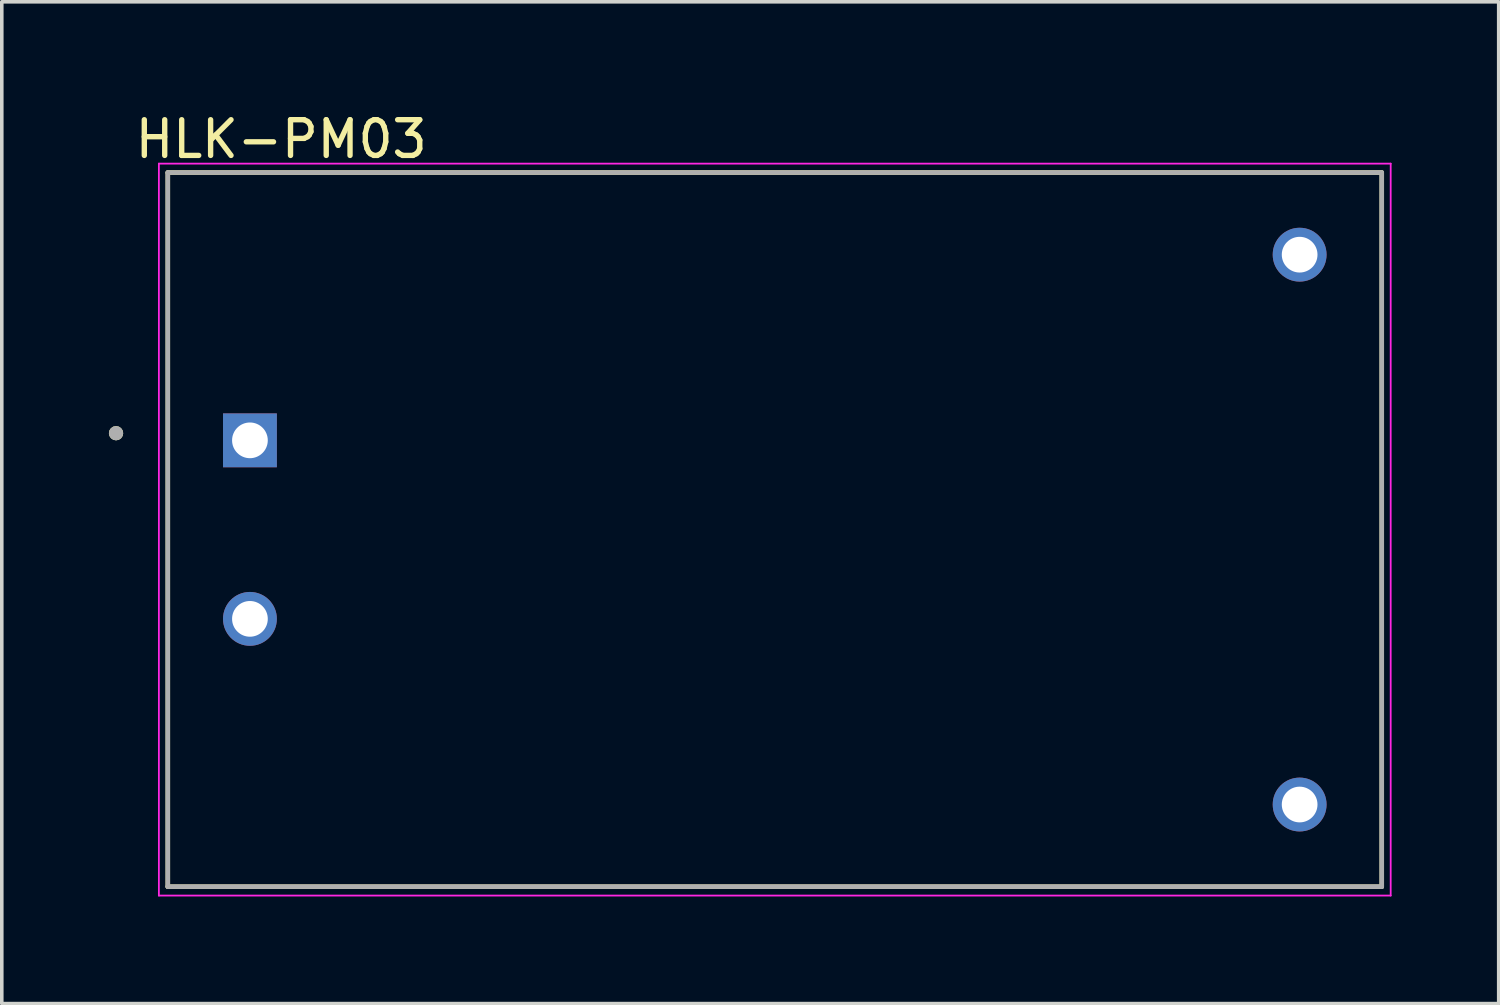
<source format=kicad_pcb>
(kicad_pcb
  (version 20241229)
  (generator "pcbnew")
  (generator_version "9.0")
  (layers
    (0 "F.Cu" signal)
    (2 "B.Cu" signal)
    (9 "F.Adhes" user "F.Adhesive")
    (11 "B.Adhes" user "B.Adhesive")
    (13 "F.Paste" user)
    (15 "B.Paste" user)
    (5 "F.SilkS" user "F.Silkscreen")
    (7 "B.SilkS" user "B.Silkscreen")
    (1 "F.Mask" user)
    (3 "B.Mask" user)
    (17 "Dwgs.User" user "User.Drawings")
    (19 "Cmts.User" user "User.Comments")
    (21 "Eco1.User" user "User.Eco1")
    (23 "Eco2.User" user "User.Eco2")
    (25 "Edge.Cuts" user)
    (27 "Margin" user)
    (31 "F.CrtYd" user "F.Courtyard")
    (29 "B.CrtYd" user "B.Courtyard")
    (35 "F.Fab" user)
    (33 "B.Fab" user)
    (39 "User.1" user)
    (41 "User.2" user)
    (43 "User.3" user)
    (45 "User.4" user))
  (footprint "HLK-PM03"
    (layer "F.Cu")
    (at 18.65 11.783)
    (property "Reference" "HLK-PM03" (at -13.825 -10.935 0) (layer "F.SilkS") (effects (font (size 1 1) (thickness 0.15))))
    (attr through_hole)
    (fp_line (start -17 -10) (end -17 10) (stroke (width 0.127) (type solid)) (layer "F.SilkS"))
    (fp_line (start -17 10) (end 17 10) (stroke (width 0.127) (type solid)) (layer "F.SilkS"))
    (fp_line (start 17 -10) (end -17 -10) (stroke (width 0.127) (type solid)) (layer "F.SilkS"))
    (fp_line (start 17 10) (end 17 -10) (stroke (width 0.127) (type solid)) (layer "F.SilkS"))
    (fp_circle (center -18.45 -2.7) (end -18.35 -2.7) (stroke (width 0.2) (type solid)) (fill no) (layer "F.SilkS"))
    (fp_line (start -17.25 -10.25) (end -17.25 10.25) (stroke (width 0.05) (type solid)) (layer "F.CrtYd"))
    (fp_line (start -17.25 10.25) (end 17.25 10.25) (stroke (width 0.05) (type solid)) (layer "F.CrtYd"))
    (fp_line (start 17.25 -10.25) (end -17.25 -10.25) (stroke (width 0.05) (type solid)) (layer "F.CrtYd"))
    (fp_line (start 17.25 10.25) (end 17.25 -10.25) (stroke (width 0.05) (type solid)) (layer "F.CrtYd"))
    (fp_line (start -17 -10) (end -17 10) (stroke (width 0.127) (type solid)) (layer "F.Fab"))
    (fp_line (start -17 10) (end 17 10) (stroke (width 0.127) (type solid)) (layer "F.Fab"))
    (fp_line (start 17 -10) (end -17 -10) (stroke (width 0.127) (type solid)) (layer "F.Fab"))
    (fp_line (start 17 10) (end 17 -10) (stroke (width 0.127) (type solid)) (layer "F.Fab"))
    (fp_circle (center -18.45 -2.7) (end -18.35 -2.7) (stroke (width 0.2) (type solid)) (fill no) (layer "F.Fab"))
    (pad "1" thru_hole rect (at -14.7 -2.5) (size 1.508 1.508) (drill 1) (layers "*.Cu" "*.Mask"))
    (pad "2" thru_hole circle (at -14.7 2.5) (size 1.508 1.508) (drill 1) (layers "*.Cu" "*.Mask"))
    (pad "3" thru_hole circle (at 14.7 -7.7) (size 1.508 1.508) (drill 1) (layers "*.Cu" "*.Mask"))
    (pad "4" thru_hole circle (at 14.7 7.7) (size 1.508 1.508) (drill 1) (layers "*.Cu" "*.Mask")))
  (gr_rect
    (start -3 -3)
    (end 38.925 25.058)
    (stroke (width 0.1) (type default))
    (fill no)
    (layer "Edge.Cuts")))
</source>
